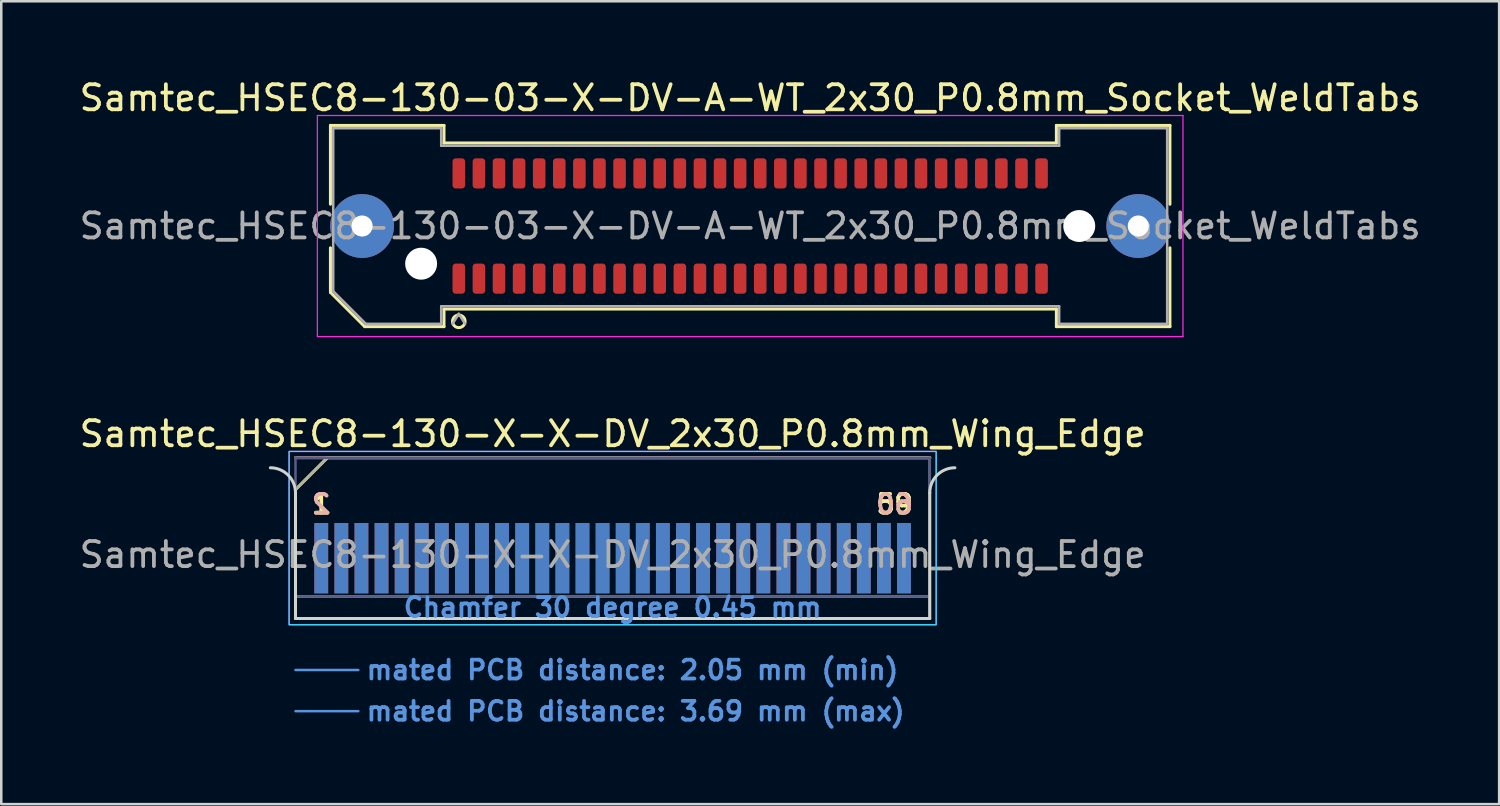
<source format=kicad_pcb>
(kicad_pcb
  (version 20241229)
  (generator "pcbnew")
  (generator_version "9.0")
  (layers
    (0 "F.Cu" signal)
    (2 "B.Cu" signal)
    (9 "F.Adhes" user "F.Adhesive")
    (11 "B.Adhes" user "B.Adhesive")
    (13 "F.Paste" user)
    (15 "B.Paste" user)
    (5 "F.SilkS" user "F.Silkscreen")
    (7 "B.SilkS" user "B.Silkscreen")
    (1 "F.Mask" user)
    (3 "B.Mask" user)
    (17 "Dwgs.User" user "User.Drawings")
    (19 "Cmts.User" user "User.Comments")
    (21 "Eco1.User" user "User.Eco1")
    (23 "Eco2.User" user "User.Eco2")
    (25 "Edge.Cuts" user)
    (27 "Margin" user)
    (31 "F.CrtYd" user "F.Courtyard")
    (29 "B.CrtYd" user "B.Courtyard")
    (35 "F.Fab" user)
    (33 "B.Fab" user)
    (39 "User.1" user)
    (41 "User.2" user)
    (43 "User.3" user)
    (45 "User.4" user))
  (footprint "Samtec_HSEC8-130-03-X-DV-A-WT_2x30_P0.8mm_Socket_WeldTabs"
    (layer "F.Cu")
    (at 26.815 5.948)
    (property "Reference" "Samtec_HSEC8-130-03-X-DV-A-WT_2x30_P0.8mm_Socket_WeldTabs" (at 0 -5.1 0) (layer "F.SilkS") (effects (font (size 1 1) (thickness 0.15))))
    (attr smd)
    (fp_line (start -16.71 -4.005) (end -12.19 -4.005) (stroke (width 0.12) (type solid)) (layer "F.SilkS"))
    (fp_line (start -16.71 -0.868) (end -16.71 -4.005) (stroke (width 0.12) (type solid)) (layer "F.SilkS"))
    (fp_line (start -16.71 2.641) (end -16.71 0.868) (stroke (width 0.12) (type solid)) (layer "F.SilkS"))
    (fp_line (start -15.346 4.005) (end -16.71 2.641) (stroke (width 0.12) (type solid)) (layer "F.SilkS"))
    (fp_line (start -12.19 -4.005) (end -12.19 -3.305) (stroke (width 0.12) (type solid)) (layer "F.SilkS"))
    (fp_line (start -12.19 -3.305) (end 12.19 -3.305) (stroke (width 0.12) (type solid)) (layer "F.SilkS"))
    (fp_line (start -12.19 3.305) (end -12.19 4.005) (stroke (width 0.12) (type solid)) (layer "F.SilkS"))
    (fp_line (start -12.19 4.005) (end -15.346 4.005) (stroke (width 0.12) (type solid)) (layer "F.SilkS"))
    (fp_line (start 12.19 -4.005) (end 16.71 -4.005) (stroke (width 0.12) (type solid)) (layer "F.SilkS"))
    (fp_line (start 12.19 -3.305) (end 12.19 -4.005) (stroke (width 0.12) (type solid)) (layer "F.SilkS"))
    (fp_line (start 12.19 3.305) (end -12.19 3.305) (stroke (width 0.12) (type solid)) (layer "F.SilkS"))
    (fp_line (start 12.19 4.005) (end 12.19 3.305) (stroke (width 0.12) (type solid)) (layer "F.SilkS"))
    (fp_line (start 16.71 -4.005) (end 16.71 -0.868) (stroke (width 0.12) (type solid)) (layer "F.SilkS"))
    (fp_line (start 16.71 0.868) (end 16.71 4.005) (stroke (width 0.12) (type solid)) (layer "F.SilkS"))
    (fp_line (start 16.71 4.005) (end 12.19 4.005) (stroke (width 0.12) (type solid)) (layer "F.SilkS"))
    (fp_arc (start -11.35 3.795) (mid -11.85 3.795) (end -11.35 3.795) (stroke (width 0.12) (type solid)) (layer "F.SilkS"))
    (fp_line (start -17.23 -4.4) (end -17.23 4.4) (stroke (width 0.05) (type solid)) (layer "F.CrtYd"))
    (fp_line (start -17.23 4.4) (end 17.23 4.4) (stroke (width 0.05) (type solid)) (layer "F.CrtYd"))
    (fp_line (start 17.23 -4.4) (end -17.23 -4.4) (stroke (width 0.05) (type solid)) (layer "F.CrtYd"))
    (fp_line (start 17.23 4.4) (end 17.23 -4.4) (stroke (width 0.05) (type solid)) (layer "F.CrtYd"))
    (fp_line (start -16.6 -3.895) (end -12.3 -3.895) (stroke (width 0.1) (type solid)) (layer "F.Fab"))
    (fp_line (start -16.6 2.595) (end -16.6 -3.895) (stroke (width 0.1) (type solid)) (layer "F.Fab"))
    (fp_line (start -15.3 3.895) (end -16.6 2.595) (stroke (width 0.1) (type solid)) (layer "F.Fab"))
    (fp_line (start -12.3 -3.895) (end -12.3 -3.195) (stroke (width 0.1) (type solid)) (layer "F.Fab"))
    (fp_line (start -12.3 -3.195) (end 12.3 -3.195) (stroke (width 0.1) (type solid)) (layer "F.Fab"))
    (fp_line (start -12.3 3.195) (end -12.3 3.895) (stroke (width 0.1) (type solid)) (layer "F.Fab"))
    (fp_line (start -12.3 3.895) (end -15.3 3.895) (stroke (width 0.1) (type solid)) (layer "F.Fab"))
    (fp_line (start -11.6 3.495) (end -11.85 3.895) (stroke (width 0.1) (type solid)) (layer "F.Fab"))
    (fp_line (start -11.6 3.495) (end -11.35 3.895) (stroke (width 0.1) (type solid)) (layer "F.Fab"))
    (fp_line (start 12.3 -3.895) (end 16.6 -3.895) (stroke (width 0.1) (type solid)) (layer "F.Fab"))
    (fp_line (start 12.3 -3.195) (end 12.3 -3.895) (stroke (width 0.1) (type solid)) (layer "F.Fab"))
    (fp_line (start 12.3 3.195) (end -12.3 3.195) (stroke (width 0.1) (type solid)) (layer "F.Fab"))
    (fp_line (start 12.3 3.895) (end 12.3 3.195) (stroke (width 0.1) (type solid)) (layer "F.Fab"))
    (fp_line (start 16.6 -3.895) (end 16.6 3.895) (stroke (width 0.1) (type solid)) (layer "F.Fab"))
    (fp_line (start 16.6 3.895) (end 12.3 3.895) (stroke (width 0.1) (type solid)) (layer "F.Fab"))
    (fp_text user "${REFERENCE}" (at 0 0 0) (layer "F.Fab") (effects (font (size 1 1) (thickness 0.15))))
    (pad "" thru_hole circle (at -15.45 0) (size 2.54 2.54) (drill 0.84) (layers "*.Cu" "*.Mask" "F.Paste"))
    (pad "" np_thru_hole circle (at -13.1 1.5) (size 1.27 1.27) (drill 1.27) (layers "*.Cu" "*.Mask"))
    (pad "" np_thru_hole circle (at 13.1 0) (size 1.27 1.27) (drill 1.27) (layers "*.Cu" "*.Mask"))
    (pad "" thru_hole circle (at 15.45 0) (size 2.54 2.54) (drill 0.84) (layers "*.Cu" "*.Mask" "F.Paste"))
    (pad "1" smd roundrect (at -11.6 2.095) (size 0.5 1.2) (layers "F.Cu" "F.Mask" "F.Paste") (roundrect_rratio 0.25))
    (pad "2" smd roundrect (at -11.6 -2.095) (size 0.5 1.2) (layers "F.Cu" "F.Mask" "F.Paste") (roundrect_rratio 0.25))
    (pad "3" smd roundrect (at -10.8 2.095) (size 0.5 1.2) (layers "F.Cu" "F.Mask" "F.Paste") (roundrect_rratio 0.25))
    (pad "4" smd roundrect (at -10.8 -2.095) (size 0.5 1.2) (layers "F.Cu" "F.Mask" "F.Paste") (roundrect_rratio 0.25))
    (pad "5" smd roundrect (at -10 2.095) (size 0.5 1.2) (layers "F.Cu" "F.Mask" "F.Paste") (roundrect_rratio 0.25))
    (pad "6" smd roundrect (at -10 -2.095) (size 0.5 1.2) (layers "F.Cu" "F.Mask" "F.Paste") (roundrect_rratio 0.25))
    (pad "7" smd roundrect (at -9.2 2.095) (size 0.5 1.2) (layers "F.Cu" "F.Mask" "F.Paste") (roundrect_rratio 0.25))
    (pad "8" smd roundrect (at -9.2 -2.095) (size 0.5 1.2) (layers "F.Cu" "F.Mask" "F.Paste") (roundrect_rratio 0.25))
    (pad "9" smd roundrect (at -8.4 2.095) (size 0.5 1.2) (layers "F.Cu" "F.Mask" "F.Paste") (roundrect_rratio 0.25))
    (pad "10" smd roundrect (at -8.4 -2.095) (size 0.5 1.2) (layers "F.Cu" "F.Mask" "F.Paste") (roundrect_rratio 0.25))
    (pad "11" smd roundrect (at -7.6 2.095) (size 0.5 1.2) (layers "F.Cu" "F.Mask" "F.Paste") (roundrect_rratio 0.25))
    (pad "12" smd roundrect (at -7.6 -2.095) (size 0.5 1.2) (layers "F.Cu" "F.Mask" "F.Paste") (roundrect_rratio 0.25))
    (pad "13" smd roundrect (at -6.8 2.095) (size 0.5 1.2) (layers "F.Cu" "F.Mask" "F.Paste") (roundrect_rratio 0.25))
    (pad "14" smd roundrect (at -6.8 -2.095) (size 0.5 1.2) (layers "F.Cu" "F.Mask" "F.Paste") (roundrect_rratio 0.25))
    (pad "15" smd roundrect (at -6 2.095) (size 0.5 1.2) (layers "F.Cu" "F.Mask" "F.Paste") (roundrect_rratio 0.25))
    (pad "16" smd roundrect (at -6 -2.095) (size 0.5 1.2) (layers "F.Cu" "F.Mask" "F.Paste") (roundrect_rratio 0.25))
    (pad "17" smd roundrect (at -5.2 2.095) (size 0.5 1.2) (layers "F.Cu" "F.Mask" "F.Paste") (roundrect_rratio 0.25))
    (pad "18" smd roundrect (at -5.2 -2.095) (size 0.5 1.2) (layers "F.Cu" "F.Mask" "F.Paste") (roundrect_rratio 0.25))
    (pad "19" smd roundrect (at -4.4 2.095) (size 0.5 1.2) (layers "F.Cu" "F.Mask" "F.Paste") (roundrect_rratio 0.25))
    (pad "20" smd roundrect (at -4.4 -2.095) (size 0.5 1.2) (layers "F.Cu" "F.Mask" "F.Paste") (roundrect_rratio 0.25))
    (pad "21" smd roundrect (at -3.6 2.095) (size 0.5 1.2) (layers "F.Cu" "F.Mask" "F.Paste") (roundrect_rratio 0.25))
    (pad "22" smd roundrect (at -3.6 -2.095) (size 0.5 1.2) (layers "F.Cu" "F.Mask" "F.Paste") (roundrect_rratio 0.25))
    (pad "23" smd roundrect (at -2.8 2.095) (size 0.5 1.2) (layers "F.Cu" "F.Mask" "F.Paste") (roundrect_rratio 0.25))
    (pad "24" smd roundrect (at -2.8 -2.095) (size 0.5 1.2) (layers "F.Cu" "F.Mask" "F.Paste") (roundrect_rratio 0.25))
    (pad "25" smd roundrect (at -2 2.095) (size 0.5 1.2) (layers "F.Cu" "F.Mask" "F.Paste") (roundrect_rratio 0.25))
    (pad "26" smd roundrect (at -2 -2.095) (size 0.5 1.2) (layers "F.Cu" "F.Mask" "F.Paste") (roundrect_rratio 0.25))
    (pad "27" smd roundrect (at -1.2 2.095) (size 0.5 1.2) (layers "F.Cu" "F.Mask" "F.Paste") (roundrect_rratio 0.25))
    (pad "28" smd roundrect (at -1.2 -2.095) (size 0.5 1.2) (layers "F.Cu" "F.Mask" "F.Paste") (roundrect_rratio 0.25))
    (pad "29" smd roundrect (at -0.4 2.095) (size 0.5 1.2) (layers "F.Cu" "F.Mask" "F.Paste") (roundrect_rratio 0.25))
    (pad "30" smd roundrect (at -0.4 -2.095) (size 0.5 1.2) (layers "F.Cu" "F.Mask" "F.Paste") (roundrect_rratio 0.25))
    (pad "31" smd roundrect (at 0.4 2.095) (size 0.5 1.2) (layers "F.Cu" "F.Mask" "F.Paste") (roundrect_rratio 0.25))
    (pad "32" smd roundrect (at 0.4 -2.095) (size 0.5 1.2) (layers "F.Cu" "F.Mask" "F.Paste") (roundrect_rratio 0.25))
    (pad "33" smd roundrect (at 1.2 2.095) (size 0.5 1.2) (layers "F.Cu" "F.Mask" "F.Paste") (roundrect_rratio 0.25))
    (pad "34" smd roundrect (at 1.2 -2.095) (size 0.5 1.2) (layers "F.Cu" "F.Mask" "F.Paste") (roundrect_rratio 0.25))
    (pad "35" smd roundrect (at 2 2.095) (size 0.5 1.2) (layers "F.Cu" "F.Mask" "F.Paste") (roundrect_rratio 0.25))
    (pad "36" smd roundrect (at 2 -2.095) (size 0.5 1.2) (layers "F.Cu" "F.Mask" "F.Paste") (roundrect_rratio 0.25))
    (pad "37" smd roundrect (at 2.8 2.095) (size 0.5 1.2) (layers "F.Cu" "F.Mask" "F.Paste") (roundrect_rratio 0.25))
    (pad "38" smd roundrect (at 2.8 -2.095) (size 0.5 1.2) (layers "F.Cu" "F.Mask" "F.Paste") (roundrect_rratio 0.25))
    (pad "39" smd roundrect (at 3.6 2.095) (size 0.5 1.2) (layers "F.Cu" "F.Mask" "F.Paste") (roundrect_rratio 0.25))
    (pad "40" smd roundrect (at 3.6 -2.095) (size 0.5 1.2) (layers "F.Cu" "F.Mask" "F.Paste") (roundrect_rratio 0.25))
    (pad "41" smd roundrect (at 4.4 2.095) (size 0.5 1.2) (layers "F.Cu" "F.Mask" "F.Paste") (roundrect_rratio 0.25))
    (pad "42" smd roundrect (at 4.4 -2.095) (size 0.5 1.2) (layers "F.Cu" "F.Mask" "F.Paste") (roundrect_rratio 0.25))
    (pad "43" smd roundrect (at 5.2 2.095) (size 0.5 1.2) (layers "F.Cu" "F.Mask" "F.Paste") (roundrect_rratio 0.25))
    (pad "44" smd roundrect (at 5.2 -2.095) (size 0.5 1.2) (layers "F.Cu" "F.Mask" "F.Paste") (roundrect_rratio 0.25))
    (pad "45" smd roundrect (at 6 2.095) (size 0.5 1.2) (layers "F.Cu" "F.Mask" "F.Paste") (roundrect_rratio 0.25))
    (pad "46" smd roundrect (at 6 -2.095) (size 0.5 1.2) (layers "F.Cu" "F.Mask" "F.Paste") (roundrect_rratio 0.25))
    (pad "47" smd roundrect (at 6.8 2.095) (size 0.5 1.2) (layers "F.Cu" "F.Mask" "F.Paste") (roundrect_rratio 0.25))
    (pad "48" smd roundrect (at 6.8 -2.095) (size 0.5 1.2) (layers "F.Cu" "F.Mask" "F.Paste") (roundrect_rratio 0.25))
    (pad "49" smd roundrect (at 7.6 2.095) (size 0.5 1.2) (layers "F.Cu" "F.Mask" "F.Paste") (roundrect_rratio 0.25))
    (pad "50" smd roundrect (at 7.6 -2.095) (size 0.5 1.2) (layers "F.Cu" "F.Mask" "F.Paste") (roundrect_rratio 0.25))
    (pad "51" smd roundrect (at 8.4 2.095) (size 0.5 1.2) (layers "F.Cu" "F.Mask" "F.Paste") (roundrect_rratio 0.25))
    (pad "52" smd roundrect (at 8.4 -2.095) (size 0.5 1.2) (layers "F.Cu" "F.Mask" "F.Paste") (roundrect_rratio 0.25))
    (pad "53" smd roundrect (at 9.2 2.095) (size 0.5 1.2) (layers "F.Cu" "F.Mask" "F.Paste") (roundrect_rratio 0.25))
    (pad "54" smd roundrect (at 9.2 -2.095) (size 0.5 1.2) (layers "F.Cu" "F.Mask" "F.Paste") (roundrect_rratio 0.25))
    (pad "55" smd roundrect (at 10 2.095) (size 0.5 1.2) (layers "F.Cu" "F.Mask" "F.Paste") (roundrect_rratio 0.25))
    (pad "56" smd roundrect (at 10 -2.095) (size 0.5 1.2) (layers "F.Cu" "F.Mask" "F.Paste") (roundrect_rratio 0.25))
    (pad "57" smd roundrect (at 10.8 2.095) (size 0.5 1.2) (layers "F.Cu" "F.Mask" "F.Paste") (roundrect_rratio 0.25))
    (pad "58" smd roundrect (at 10.8 -2.095) (size 0.5 1.2) (layers "F.Cu" "F.Mask" "F.Paste") (roundrect_rratio 0.25))
    (pad "59" smd roundrect (at 11.6 2.095) (size 0.5 1.2) (layers "F.Cu" "F.Mask" "F.Paste") (roundrect_rratio 0.25))
    (pad "60" smd roundrect (at 11.6 -2.095) (size 0.5 1.2) (layers "F.Cu" "F.Mask" "F.Paste") (roundrect_rratio 0.25)))
  (footprint "Samtec_HSEC8-130-X-X-DV_2x30_P0.8mm_Wing_Edge"
    (layer "F.Cu")
    (at 21.339 21.572)
    (property "Reference" "Samtec_HSEC8-130-X-X-DV_2x30_P0.8mm_Wing_Edge" (at 0 -7.35 0) (layer "F.SilkS") (effects (font (size 1 1) (thickness 0.15))))
    (attr exclude_from_pos_files exclude_from_bom)
    (fp_line (start -12.625 -5.13) (end -11.355 -6.4) (stroke (width 0.12) (type solid)) (layer "F.SilkS"))
    (fp_line (start -11.355 -6.4) (end 12.625 -6.4) (stroke (width 0.12) (type solid)) (layer "F.SilkS"))
    (fp_line (start -12.625 -6.4) (end -12.625 -6.4) (stroke (width 0.12) (type solid)) (layer "B.SilkS"))
    (fp_line (start -12.625 -6.4) (end 12.625 -6.4) (stroke (width 0.12) (type solid)) (layer "B.SilkS"))
    (fp_line (start -12.625 2.05) (end -10.125 2.05) (stroke (width 0.1) (type solid)) (layer "Cmts.User"))
    (fp_line (start -12.625 3.69) (end -10.125 3.69) (stroke (width 0.1) (type solid)) (layer "Cmts.User"))
    (fp_line (start -12.625 -5) (end -12.625 0) (stroke (width 0.12) (type solid)) (layer "Edge.Cuts"))
    (fp_line (start -12.625 0) (end 12.625 0) (stroke (width 0.12) (type solid)) (layer "Edge.Cuts"))
    (fp_line (start 12.625 0) (end 12.625 -5) (stroke (width 0.12) (type solid)) (layer "Edge.Cuts"))
    (fp_arc (start -13.625 -6) (mid -12.917893 -5.707107) (end -12.625 -5) (stroke (width 0.12) (type solid)) (layer "Edge.Cuts"))
    (fp_arc (start 12.625 -5) (mid 12.917893 -5.707107) (end 13.625 -6) (stroke (width 0.12) (type solid)) (layer "Edge.Cuts"))
    (fp_rect (start -12.88 -6.65) (end 12.88 0.25) (stroke (width 0.05) (type solid)) (fill no) (layer "B.CrtYd"))
    (fp_rect (start -12.88 -6.65) (end 12.88 0.25) (stroke (width 0.05) (type solid)) (fill no) (layer "F.CrtYd"))
    (fp_line (start -12.625 -6.4) (end -12.625 -6.4) (stroke (width 0.1) (type solid)) (layer "B.Fab"))
    (fp_line (start -12.625 -6.4) (end -12.625 0) (stroke (width 0.1) (type solid)) (layer "B.Fab"))
    (fp_line (start -12.625 -6.4) (end 12.625 -6.4) (stroke (width 0.1) (type solid)) (layer "B.Fab"))
    (fp_line (start -12.625 -0.88) (end 12.625 -0.88) (stroke (width 0.1) (type solid)) (layer "B.Fab"))
    (fp_line (start -12.625 0) (end 12.625 0) (stroke (width 0.1) (type solid)) (layer "B.Fab"))
    (fp_line (start 12.625 -6.4) (end 12.625 0) (stroke (width 0.1) (type solid)) (layer "B.Fab"))
    (fp_line (start -12.625 -5.13) (end -12.625 0) (stroke (width 0.1) (type solid)) (layer "F.Fab"))
    (fp_line (start -12.625 -5.13) (end -11.355 -6.4) (stroke (width 0.1) (type solid)) (layer "F.Fab"))
    (fp_line (start -12.625 -0.88) (end 12.625 -0.88) (stroke (width 0.1) (type solid)) (layer "F.Fab"))
    (fp_line (start -12.625 0) (end 12.625 0) (stroke (width 0.1) (type solid)) (layer "F.Fab"))
    (fp_line (start -11.355 -6.4) (end 12.625 -6.4) (stroke (width 0.1) (type solid)) (layer "F.Fab"))
    (fp_line (start 12.625 -6.4) (end 12.625 0) (stroke (width 0.1) (type solid)) (layer "F.Fab"))
    (fp_text user "1" (at -11.6 -4.55 0) (layer "F.SilkS") (effects (font (size 0.75 0.75) (thickness 0.15))))
    (fp_text user "59" (at 11.225 -4.55 0) (layer "F.SilkS") (effects (font (size 0.75 0.75) (thickness 0.15))))
    (fp_text user "60" (at 11.225 -4.55 0) (layer "B.SilkS") (effects (font (size 0.75 0.75) (thickness 0.15)) (justify mirror)))
    (fp_text user "2" (at -11.6 -4.55 0) (layer "B.SilkS") (effects (font (size 0.75 0.75) (thickness 0.15)) (justify mirror)))
    (fp_text user "Chamfer 30 degree 0.45 mm" (at 0 -0.44 0) (layer "Cmts.User") (effects (font (size 0.75 0.75) (thickness 0.15))))
    (fp_text user "mated PCB distance: 3.69 mm (max)" (at -9.88 3.69 0) (layer "Cmts.User") (effects (font (size 0.75 0.75) (thickness 0.15)) (justify left)))
    (fp_text user "mated PCB distance: 2.05 mm (min)" (at -9.88 2.05 0) (layer "Cmts.User") (effects (font (size 0.75 0.75) (thickness 0.15)) (justify left)))
    (fp_text user "${REFERENCE}" (at 0 -2.54 0) (layer "F.Fab") (effects (font (size 1 1) (thickness 0.15))))
    (pad "1" connect rect (at -11.6 -2.4) (size 0.55 2.8) (layers "F.Cu" "F.Mask"))
    (pad "2" connect rect (at -11.6 -2.4) (size 0.55 2.8) (layers "B.Cu" "B.Mask"))
    (pad "3" connect rect (at -10.8 -2.4) (size 0.55 2.8) (layers "F.Cu" "F.Mask"))
    (pad "4" connect rect (at -10.8 -2.4) (size 0.55 2.8) (layers "B.Cu" "B.Mask"))
    (pad "5" connect rect (at -10 -2.4) (size 0.55 2.8) (layers "F.Cu" "F.Mask"))
    (pad "6" connect rect (at -10 -2.4) (size 0.55 2.8) (layers "B.Cu" "B.Mask"))
    (pad "7" connect rect (at -9.2 -2.4) (size 0.55 2.8) (layers "F.Cu" "F.Mask"))
    (pad "8" connect rect (at -9.2 -2.4) (size 0.55 2.8) (layers "B.Cu" "B.Mask"))
    (pad "9" connect rect (at -8.4 -2.4) (size 0.55 2.8) (layers "F.Cu" "F.Mask"))
    (pad "10" connect rect (at -8.4 -2.4) (size 0.55 2.8) (layers "B.Cu" "B.Mask"))
    (pad "11" connect rect (at -7.6 -2.4) (size 0.55 2.8) (layers "F.Cu" "F.Mask"))
    (pad "12" connect rect (at -7.6 -2.4) (size 0.55 2.8) (layers "B.Cu" "B.Mask"))
    (pad "13" connect rect (at -6.8 -2.4) (size 0.55 2.8) (layers "F.Cu" "F.Mask"))
    (pad "14" connect rect (at -6.8 -2.4) (size 0.55 2.8) (layers "B.Cu" "B.Mask"))
    (pad "15" connect rect (at -6 -2.4) (size 0.55 2.8) (layers "F.Cu" "F.Mask"))
    (pad "16" connect rect (at -6 -2.4) (size 0.55 2.8) (layers "B.Cu" "B.Mask"))
    (pad "17" connect rect (at -5.2 -2.4) (size 0.55 2.8) (layers "F.Cu" "F.Mask"))
    (pad "18" connect rect (at -5.2 -2.4) (size 0.55 2.8) (layers "B.Cu" "B.Mask"))
    (pad "19" connect rect (at -4.4 -2.4) (size 0.55 2.8) (layers "F.Cu" "F.Mask"))
    (pad "20" connect rect (at -4.4 -2.4) (size 0.55 2.8) (layers "B.Cu" "B.Mask"))
    (pad "21" connect rect (at -3.6 -2.4) (size 0.55 2.8) (layers "F.Cu" "F.Mask"))
    (pad "22" connect rect (at -3.6 -2.4) (size 0.55 2.8) (layers "B.Cu" "B.Mask"))
    (pad "23" connect rect (at -2.8 -2.4) (size 0.55 2.8) (layers "F.Cu" "F.Mask"))
    (pad "24" connect rect (at -2.8 -2.4) (size 0.55 2.8) (layers "B.Cu" "B.Mask"))
    (pad "25" connect rect (at -2 -2.4) (size 0.55 2.8) (layers "F.Cu" "F.Mask"))
    (pad "26" connect rect (at -2 -2.4) (size 0.55 2.8) (layers "B.Cu" "B.Mask"))
    (pad "27" connect rect (at -1.2 -2.4) (size 0.55 2.8) (layers "F.Cu" "F.Mask"))
    (pad "28" connect rect (at -1.2 -2.4) (size 0.55 2.8) (layers "B.Cu" "B.Mask"))
    (pad "29" connect rect (at -0.4 -2.4) (size 0.55 2.8) (layers "F.Cu" "F.Mask"))
    (pad "30" connect rect (at -0.4 -2.4) (size 0.55 2.8) (layers "B.Cu" "B.Mask"))
    (pad "31" connect rect (at 0.4 -2.4) (size 0.55 2.8) (layers "F.Cu" "F.Mask"))
    (pad "32" connect rect (at 0.4 -2.4) (size 0.55 2.8) (layers "B.Cu" "B.Mask"))
    (pad "33" connect rect (at 1.2 -2.4) (size 0.55 2.8) (layers "F.Cu" "F.Mask"))
    (pad "34" connect rect (at 1.2 -2.4) (size 0.55 2.8) (layers "B.Cu" "B.Mask"))
    (pad "35" connect rect (at 2 -2.4) (size 0.55 2.8) (layers "F.Cu" "F.Mask"))
    (pad "36" connect rect (at 2 -2.4) (size 0.55 2.8) (layers "B.Cu" "B.Mask"))
    (pad "37" connect rect (at 2.8 -2.4) (size 0.55 2.8) (layers "F.Cu" "F.Mask"))
    (pad "38" connect rect (at 2.8 -2.4) (size 0.55 2.8) (layers "B.Cu" "B.Mask"))
    (pad "39" connect rect (at 3.6 -2.4) (size 0.55 2.8) (layers "F.Cu" "F.Mask"))
    (pad "40" connect rect (at 3.6 -2.4) (size 0.55 2.8) (layers "B.Cu" "B.Mask"))
    (pad "41" connect rect (at 4.4 -2.4) (size 0.55 2.8) (layers "F.Cu" "F.Mask"))
    (pad "42" connect rect (at 4.4 -2.4) (size 0.55 2.8) (layers "B.Cu" "B.Mask"))
    (pad "43" connect rect (at 5.2 -2.4) (size 0.55 2.8) (layers "F.Cu" "F.Mask"))
    (pad "44" connect rect (at 5.2 -2.4) (size 0.55 2.8) (layers "B.Cu" "B.Mask"))
    (pad "45" connect rect (at 6 -2.4) (size 0.55 2.8) (layers "F.Cu" "F.Mask"))
    (pad "46" connect rect (at 6 -2.4) (size 0.55 2.8) (layers "B.Cu" "B.Mask"))
    (pad "47" connect rect (at 6.8 -2.4) (size 0.55 2.8) (layers "F.Cu" "F.Mask"))
    (pad "48" connect rect (at 6.8 -2.4) (size 0.55 2.8) (layers "B.Cu" "B.Mask"))
    (pad "49" connect rect (at 7.6 -2.4) (size 0.55 2.8) (layers "F.Cu" "F.Mask"))
    (pad "50" connect rect (at 7.6 -2.4) (size 0.55 2.8) (layers "B.Cu" "B.Mask"))
    (pad "51" connect rect (at 8.4 -2.4) (size 0.55 2.8) (layers "F.Cu" "F.Mask"))
    (pad "52" connect rect (at 8.4 -2.4) (size 0.55 2.8) (layers "B.Cu" "B.Mask"))
    (pad "53" connect rect (at 9.2 -2.4) (size 0.55 2.8) (layers "F.Cu" "F.Mask"))
    (pad "54" connect rect (at 9.2 -2.4) (size 0.55 2.8) (layers "B.Cu" "B.Mask"))
    (pad "55" connect rect (at 10 -2.4) (size 0.55 2.8) (layers "F.Cu" "F.Mask"))
    (pad "56" connect rect (at 10 -2.4) (size 0.55 2.8) (layers "B.Cu" "B.Mask"))
    (pad "57" connect rect (at 10.8 -2.4) (size 0.55 2.8) (layers "F.Cu" "F.Mask"))
    (pad "58" connect rect (at 10.8 -2.4) (size 0.55 2.8) (layers "B.Cu" "B.Mask"))
    (pad "59" connect rect (at 11.6 -2.4) (size 0.55 2.8) (layers "F.Cu" "F.Mask"))
    (pad "60" connect rect (at 11.6 -2.4) (size 0.55 2.8) (layers "B.Cu" "B.Mask")))
  (gr_rect
    (start -3 -3)
    (end 56.631 28.963)
    (stroke (width 0.1) (type default))
    (fill no)
    (layer "Edge.Cuts")))
</source>
